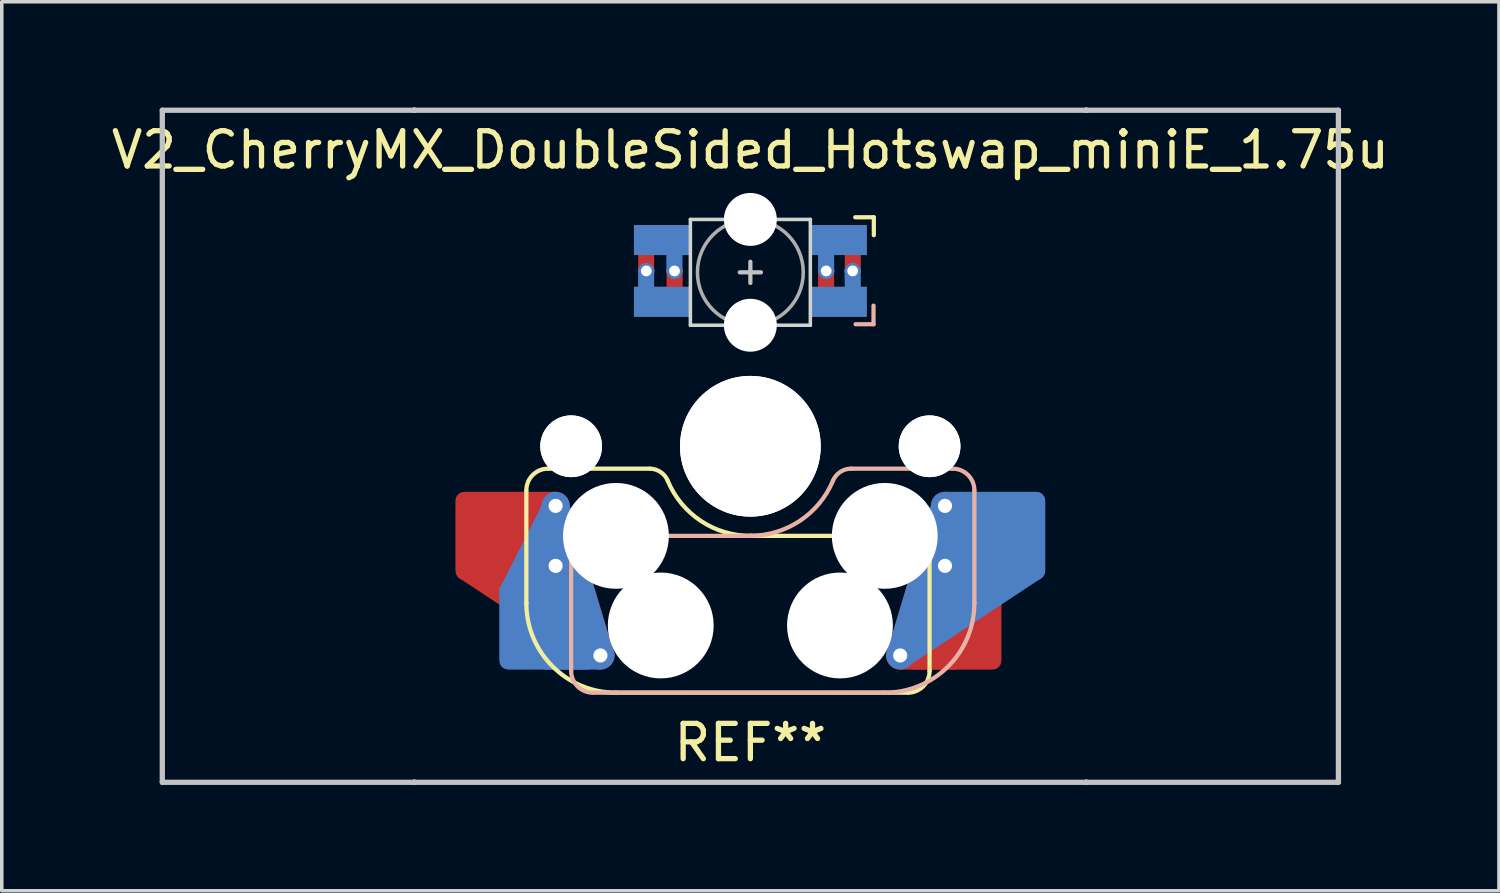
<source format=kicad_pcb>
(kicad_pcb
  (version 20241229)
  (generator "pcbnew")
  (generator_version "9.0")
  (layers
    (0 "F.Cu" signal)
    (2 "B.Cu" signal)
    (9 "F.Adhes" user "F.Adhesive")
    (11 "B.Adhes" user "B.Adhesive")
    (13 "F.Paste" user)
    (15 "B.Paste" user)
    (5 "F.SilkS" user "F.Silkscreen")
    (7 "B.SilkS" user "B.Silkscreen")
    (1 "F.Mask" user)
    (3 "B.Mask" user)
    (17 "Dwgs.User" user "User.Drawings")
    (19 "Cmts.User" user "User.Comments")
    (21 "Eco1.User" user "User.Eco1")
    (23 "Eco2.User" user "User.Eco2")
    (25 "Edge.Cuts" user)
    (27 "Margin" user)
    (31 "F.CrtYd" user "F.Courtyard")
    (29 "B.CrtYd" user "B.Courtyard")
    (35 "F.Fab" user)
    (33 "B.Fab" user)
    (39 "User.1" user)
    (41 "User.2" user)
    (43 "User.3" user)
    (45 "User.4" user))
  (footprint "V2_CherryMX_DoubleSided_Hotswap_miniE_1.75u"
    (layer "F.Cu")
    (at 18.22 9.6)
    (property "Reference" "V2_CherryMX_DoubleSided_Hotswap_miniE_1.75u" (at 0 -8.4 180) (layer "F.SilkS") (effects (font (size 1 1) (thickness 0.15))))
    (attr through_hole)
    (fp_poly (pts (xy -5.81 1.29) (xy -5.52 1.29) (xy -5.12 1.69) (xy -3.9 5.74) (xy -4.57 6.17) (xy -8.25 3.74)) (stroke (width 0) (type solid)) (fill yes) (layer "F.Cu"))
    (fp_poly (pts (xy 3.937 6) (xy 4.247 6.33) (xy 5.839 6.33) (xy 7.037 3.9) (xy 5.917 1.69) (xy 5.117 1.69) (xy 3.847 5.93) (xy 3.947 6.01)) (stroke (width 0) (type solid)) (fill yes) (layer "F.Cu"))
    (fp_poly (pts (xy -3.25 -6.22) (xy -1.75 -6.22) (xy -1.75 -5.47) (xy -3.25 -5.47)) (stroke (width 0.1) (type solid)) (fill yes) (layer "F.Mask"))
    (fp_poly (pts (xy -3.25 -4.47) (xy -1.75 -4.47) (xy -1.75 -3.72) (xy -3.25 -3.72)) (stroke (width 0.1) (type solid)) (fill yes) (layer "F.Mask"))
    (fp_poly (pts (xy 1.75 -4.47) (xy 3.25 -4.47) (xy 3.25 -3.72) (xy 1.75 -3.72)) (stroke (width 0.1) (type solid)) (fill yes) (layer "F.Mask"))
    (fp_poly (pts (xy 1.75 -6.22) (xy 2.85 -6.22) (xy 3.25 -5.82) (xy 3.25 -5.47) (xy 1.75 -5.47)) (stroke (width 0.1) (type solid)) (fill yes) (layer "F.Mask"))
    (fp_poly (pts (xy 5.807 1.29) (xy 5.517 1.29) (xy 5.117 1.69) (xy 3.897 5.74) (xy 4.567 6.17) (xy 8.247 3.74)) (stroke (width 0) (type solid)) (fill yes) (layer "B.Cu"))
    (fp_poly (pts (xy -3.94 6) (xy -4.25 6.33) (xy -5.842 6.33) (xy -7.04 3.9) (xy -5.92 1.69) (xy -5.12 1.69) (xy -3.85 5.93) (xy -3.95 6.01)) (stroke (width 0) (type solid)) (fill yes) (layer "B.Cu"))
    (fp_poly (pts (xy -3.25 -6.22) (xy -1.75 -6.22) (xy -1.75 -5.47) (xy -3.25 -5.47)) (stroke (width 0.1) (type solid)) (fill yes) (layer "B.Mask"))
    (fp_poly (pts (xy -3.25 -4.47) (xy -1.75 -4.47) (xy -1.75 -3.72) (xy -3.25 -3.72)) (stroke (width 0.1) (type solid)) (fill yes) (layer "B.Mask"))
    (fp_poly (pts (xy 1.75 -6.22) (xy 3.25 -6.22) (xy 3.25 -5.47) (xy 1.75 -5.47)) (stroke (width 0.1) (type solid)) (fill yes) (layer "B.Mask"))
    (fp_poly (pts (xy 1.75 -4.47) (xy 3.25 -4.47) (xy 3.25 -4.145) (xy 2.85 -3.72) (xy 1.75 -3.72)) (stroke (width 0.1) (type solid)) (fill yes) (layer "B.Mask"))
    (fp_line (start -6.35 4.445) (end -6.35 1.26) (stroke (width 0.12) (type solid)) (layer "F.SilkS"))
    (fp_line (start -6.35 4.445) (end -6.35 4.445) (stroke (width 0.12) (type solid)) (layer "F.SilkS"))
    (fp_line (start -5.73 0.635) (end -2.84 0.635) (stroke (width 0.12) (type solid)) (layer "F.SilkS"))
    (fp_line (start -3.81 6.985) (end -3.81 6.985) (stroke (width 0.12) (type solid)) (layer "F.SilkS"))
    (fp_line (start -3.81 6.985) (end 4.46 6.985) (stroke (width 0.12) (type solid)) (layer "F.SilkS"))
    (fp_line (start 0 2.54) (end 0 2.54) (stroke (width 0.12) (type solid)) (layer "F.SilkS"))
    (fp_line (start 0 2.54) (end 5.08 2.54) (stroke (width 0.12) (type solid)) (layer "F.SilkS"))
    (fp_line (start 3.5 -6.491) (end 2.972 -6.491) (stroke (width 0.12) (type solid)) (layer "F.SilkS"))
    (fp_line (start 3.5 -5.983) (end 3.5 -6.491) (stroke (width 0.12) (type solid)) (layer "F.SilkS"))
    (fp_line (start 5.08 2.54) (end 5.08 2.54) (stroke (width 0.12) (type solid)) (layer "F.SilkS"))
    (fp_line (start 5.08 2.54) (end 5.08 2.54) (stroke (width 0.12) (type solid)) (layer "F.SilkS"))
    (fp_line (start 5.08 6.37) (end 5.08 2.54) (stroke (width 0.12) (type solid)) (layer "F.SilkS"))
    (fp_arc (start -6.35 1.25) (mid -6.169871 0.815129) (end -5.735 0.635) (stroke (width 0.12) (type default)) (layer "F.SilkS"))
    (fp_arc (start -3.81 6.985) (mid -5.606051 6.241051) (end -6.35 4.445) (stroke (width 0.12) (type solid)) (layer "F.SilkS"))
    (fp_arc (start -2.840072 0.635) (mid -2.539136 0.734321) (end -2.34 0.980845) (stroke (width 0.12) (type default)) (layer "F.SilkS"))
    (fp_arc (start 0 2.54) (mid -1.405309 2.1152) (end -2.34 0.983072) (stroke (width 0.12) (type solid)) (layer "F.SilkS"))
    (fp_arc (start 5.080129 6.37) (mid 4.900001 6.804881) (end 4.465129 6.985) (stroke (width 0.12) (type default)) (layer "F.SilkS"))
    (fp_line (start -5.08 2.54) (end -5.08 2.54) (stroke (width 0.12) (type solid)) (layer "B.SilkS"))
    (fp_line (start -5.08 2.54) (end -5.08 2.54) (stroke (width 0.12) (type solid)) (layer "B.SilkS"))
    (fp_line (start -5.08 6.36) (end -5.08 2.54) (stroke (width 0.12) (type solid)) (layer "B.SilkS"))
    (fp_line (start -4.46 6.985) (end 3.81 6.985) (stroke (width 0.12) (type solid)) (layer "B.SilkS"))
    (fp_line (start 0 2.54) (end -5.08 2.54) (stroke (width 0.12) (type solid)) (layer "B.SilkS"))
    (fp_line (start 0 2.54) (end 0 2.54) (stroke (width 0.12) (type solid)) (layer "B.SilkS"))
    (fp_line (start 2.86 0.635) (end 5.72 0.635) (stroke (width 0.12) (type solid)) (layer "B.SilkS"))
    (fp_line (start 2.983 -3.459) (end 3.491 -3.459) (stroke (width 0.12) (type solid)) (layer "B.SilkS"))
    (fp_line (start 3.491 -3.459) (end 3.491 -3.987) (stroke (width 0.12) (type solid)) (layer "B.SilkS"))
    (fp_line (start 3.81 6.985) (end 3.81 6.985) (stroke (width 0.12) (type solid)) (layer "B.SilkS"))
    (fp_line (start 6.35 1.25) (end 6.35 4.445) (stroke (width 0.12) (type solid)) (layer "B.SilkS"))
    (fp_line (start 6.35 4.445) (end 6.35 4.445) (stroke (width 0.12) (type solid)) (layer "B.SilkS"))
    (fp_arc (start -4.465 6.985) (mid -4.899871 6.804871) (end -5.08 6.37) (stroke (width 0.12) (type default)) (layer "B.SilkS"))
    (fp_arc (start 2.34 0.98) (mid 1.405313 2.11213) (end 0 2.536928) (stroke (width 0.12) (type solid)) (layer "B.SilkS"))
    (fp_arc (start 2.34 0.98) (mid 2.547383 0.727891) (end 2.859999 0.633863) (stroke (width 0.12) (type default)) (layer "B.SilkS"))
    (fp_arc (start 5.735129 0.635) (mid 6.169981 0.81514) (end 6.350129 1.25) (stroke (width 0.12) (type default)) (layer "B.SilkS"))
    (fp_arc (start 6.35 4.445) (mid 5.606051 6.241051) (end 3.81 6.985) (stroke (width 0.12) (type solid)) (layer "B.SilkS"))
    (fp_line (start -16.669 -9.525) (end 16.669 -9.525) (stroke (width 0.15) (type solid)) (layer "Dwgs.User"))
    (fp_line (start -16.669 9.525) (end -16.669 -9.525) (stroke (width 0.15) (type solid)) (layer "Dwgs.User"))
    (fp_line (start -9.525 -9.525) (end -9.525 -9.525) (stroke (width 0.15) (type solid)) (layer "Dwgs.User"))
    (fp_line (start -9.525 -9.525) (end -9.525 -9.525) (stroke (width 0.15) (type solid)) (layer "Dwgs.User"))
    (fp_line (start -9.525 -9.525) (end -9.525 -9.525) (stroke (width 0.15) (type solid)) (layer "Dwgs.User"))
    (fp_line (start -9.525 -9.525) (end -9.525 -9.525) (stroke (width 0.15) (type solid)) (layer "Dwgs.User"))
    (fp_line (start -9.525 9.525) (end -9.525 9.525) (stroke (width 0.15) (type solid)) (layer "Dwgs.User"))
    (fp_line (start -9.525 9.525) (end -9.525 9.525) (stroke (width 0.15) (type solid)) (layer "Dwgs.User"))
    (fp_line (start -9.525 9.525) (end -9.525 9.525) (stroke (width 0.15) (type solid)) (layer "Dwgs.User"))
    (fp_line (start -9.525 9.525) (end -9.525 9.525) (stroke (width 0.15) (type solid)) (layer "Dwgs.User"))
    (fp_line (start -0.3 -4.93) (end 0.3 -4.93) (stroke (width 0.12) (type solid)) (layer "Dwgs.User"))
    (fp_line (start 0 -4.63) (end 0 -5.23) (stroke (width 0.12) (type solid)) (layer "Dwgs.User"))
    (fp_line (start 9.525 -9.525) (end 9.525 -9.525) (stroke (width 0.15) (type solid)) (layer "Dwgs.User"))
    (fp_line (start 9.525 -9.525) (end 9.525 -9.525) (stroke (width 0.15) (type solid)) (layer "Dwgs.User"))
    (fp_line (start 9.525 -9.525) (end 9.525 -9.525) (stroke (width 0.15) (type solid)) (layer "Dwgs.User"))
    (fp_line (start 9.525 -9.525) (end 9.525 -9.525) (stroke (width 0.15) (type solid)) (layer "Dwgs.User"))
    (fp_line (start 9.525 9.525) (end 9.525 9.525) (stroke (width 0.15) (type solid)) (layer "Dwgs.User"))
    (fp_line (start 9.525 9.525) (end 9.525 9.525) (stroke (width 0.15) (type solid)) (layer "Dwgs.User"))
    (fp_line (start 9.525 9.525) (end 9.525 9.525) (stroke (width 0.15) (type solid)) (layer "Dwgs.User"))
    (fp_line (start 9.525 9.525) (end 9.525 9.525) (stroke (width 0.15) (type solid)) (layer "Dwgs.User"))
    (fp_line (start 16.669 -9.525) (end 16.669 9.525) (stroke (width 0.15) (type solid)) (layer "Dwgs.User"))
    (fp_line (start 16.669 9.525) (end -16.669 9.525) (stroke (width 0.15) (type solid)) (layer "Dwgs.User"))
    (fp_line (start -1.7 -6.43) (end -1.7 -3.43) (stroke (width 0.1) (type solid)) (layer "Edge.Cuts"))
    (fp_line (start 1.7 -6.43) (end -1.7 -6.43) (stroke (width 0.1) (type solid)) (layer "Edge.Cuts"))
    (fp_line (start 1.7 -3.43) (end -1.7 -3.43) (stroke (width 0.1) (type solid)) (layer "Edge.Cuts"))
    (fp_line (start 1.7 -3.43) (end 1.7 -6.43) (stroke (width 0.1) (type solid)) (layer "Edge.Cuts"))
    (fp_circle (center 0 -4.93) (end 0 -6.43) (stroke (width 0.1) (type solid)) (fill no) (layer "F.Fab"))
    (fp_line (start -9.525 9.525) (end -9.525 -9.525) (stroke (width 0.15) (type solid)) (layer "User.2"))
    (fp_line (start 9.525 -9.525) (end -9.525 -9.525) (stroke (width 0.15) (type solid)) (layer "User.2"))
    (fp_line (start 9.525 9.525) (end -9.525 9.525) (stroke (width 0.15) (type solid)) (layer "User.2"))
    (fp_line (start 9.525 9.525) (end 9.525 -9.525) (stroke (width 0.15) (type solid)) (layer "User.2"))
    (fp_text user "REF**" (at 0 8.4 0) (layer "F.SilkS") (effects (font (size 1 1) (thickness 0.15))))
    (pad "" np_thru_hole circle (at -5.08 0 180) (size 1.75 1.75) (drill 1.75) (layers "*.Cu" "*.Mask"))
    (pad "" np_thru_hole circle (at -5.08 0 180) (size 1.75 1.75) (drill 1.75) (layers "*.Cu" "*.Mask"))
    (pad "" np_thru_hole circle (at -3.81 2.54 180) (size 3 3) (drill 3) (layers "*.Cu" "*.Mask"))
    (pad "" np_thru_hole circle (at -2.54 5.08 180) (size 3 3) (drill 3) (layers "*.Cu" "*.Mask"))
    (pad "" np_thru_hole circle (at 0 -6.43 180) (size 1.5 1.5) (drill 1.5) (layers "*.Cu" "*.Mask"))
    (pad "" np_thru_hole circle (at 0 -3.43 180) (size 1.5 1.5) (drill 1.5) (layers "*.Cu" "*.Mask"))
    (pad "" np_thru_hole circle (at 0 0 180) (size 3.988 3.988) (drill 3.988) (layers "*.Cu" "*.Mask"))
    (pad "" np_thru_hole circle (at 0 0 180) (size 3.988 3.988) (drill 3.988) (layers "*.Cu" "*.Mask"))
    (pad "" np_thru_hole circle (at 2.54 5.08 180) (size 3 3) (drill 3) (layers "*.Cu" "*.Mask"))
    (pad "" np_thru_hole circle (at 3.81 2.54 180) (size 3 3) (drill 3) (layers "*.Cu" "*.Mask"))
    (pad "" np_thru_hole circle (at 5.08 0 180) (size 1.75 1.75) (drill 1.75) (layers "*.Cu" "*.Mask"))
    (pad "" np_thru_hole circle (at 5.08 0 180) (size 1.75 1.75) (drill 1.75) (layers "*.Cu" "*.Mask"))
    (pad "1" smd custom (at -2.5 -5.845) (size 1.6 0.85) (layers "B.Cu") (options (anchor rect)) (primitives (gr_poly (pts (xy 0.525 0.896) (xy 0.169 0.896) (xy 0.169 0.325) (xy 0.525 0.325)) (width 0.1) (fill yes))))
    (pad "1" smd custom (at -2.5 -4.095) (size 1.6 0.85) (layers "F.Cu") (options (anchor rect)) (primitives (gr_poly (pts (xy 0.531 -0.275) (xy 0.175 -0.275) (xy 0.175 -0.898) (xy 0.531 -0.898)) (width 0.1) (fill yes))))
    (pad "1" thru_hole circle (at -2.15 -4.97 180) (size 0.457 0.457) (drill 0.305) (layers "*.Cu"))
    (pad "2" thru_hole circle (at -2.95 -4.97 180) (size 0.457 0.457) (drill 0.305) (layers "*.Cu"))
    (pad "2" smd custom (at -2.5 -5.845 180) (size 1.6 0.85) (layers "F.Cu") (options (anchor rect)) (primitives (gr_poly (pts (xy 0.632 -0.296) (xy 0.277 -0.296) (xy 0.277 -0.869) (xy 0.632 -0.869)) (width 0.1) (fill yes))))
    (pad "2" smd custom (at -2.5 -4.095 180) (size 1.6 0.85) (layers "B.Cu") (options (anchor rect)) (primitives (gr_poly (pts (xy 0.632 0.888) (xy 0.277 0.888) (xy 0.277 0.325) (xy 0.632 0.325)) (width 0.1) (fill yes))))
    (pad "3" smd custom (at 2.5 -5.845 180) (size 1.6 0.85) (layers "F.Cu") (options (anchor rect)) (primitives (gr_poly (pts (xy -0.226 -0.354) (xy -0.582 -0.354) (xy -0.582 -0.887) (xy -0.226 -0.887)) (width 0.1) (fill yes))))
    (pad "3" smd custom (at 2.5 -4.095 180) (size 1.6 0.85) (layers "B.Cu") (options (anchor rect)) (primitives (gr_poly (pts (xy -0.222 0.888) (xy -0.578 0.888) (xy -0.582 0.325) (xy -0.226 0.325)) (width 0.1) (fill yes))))
    (pad "3" thru_hole circle (at 2.9 -4.97 180) (size 0.457 0.457) (drill 0.305) (layers "*.Cu"))
    (pad "4" thru_hole circle (at 2.15 -4.97 180) (size 0.457 0.457) (drill 0.305) (layers "*.Cu"))
    (pad "4" smd custom (at 2.5 -5.845) (size 1.6 0.85) (layers "B.Cu") (options (anchor rect)) (primitives (gr_poly (pts (xy -0.175 0.886) (xy -0.531 0.886) (xy -0.531 0.175) (xy -0.175 0.175)) (width 0.1) (fill yes))))
    (pad "4" smd custom (at 2.5 -4.095) (size 1.6 0.85) (layers "F.Cu") (options (anchor rect)) (primitives (gr_poly (pts (xy -0.175 -0.175) (xy -0.531 -0.178) (xy -0.531 -0.903) (xy -0.175 -0.906)) (width 0.1) (fill yes))))
    (pad "5" thru_hole circle (at 4.247 5.93 180) (size 0.8 0.8) (drill 0.4) (layers "*.Cu"))
    (pad "5" thru_hole circle (at 5.517 1.69 180) (size 0.8 0.8) (drill 0.4) (layers "*.Cu"))
    (pad "5" thru_hole circle (at 5.517 3.39 180) (size 0.8 0.8) (drill 0.4) (layers "*.Cu"))
    (pad "5" smd roundrect (at 5.842 5.08 180) (size 2.55 2.5) (layers "F.Cu" "F.Mask" "F.Paste") (roundrect_rratio 0.1) (chamfer_ratio 0) (chamfer top_right bottom_right))
    (pad "5" smd roundrect (at 7.085 2.54 180) (size 2.55 2.5) (layers "B.Cu" "B.Mask" "B.Paste") (roundrect_rratio 0.1) (chamfer_ratio 0) (chamfer top_right bottom_right))
    (pad "6" smd roundrect (at -7.085 2.54 180) (size 2.55 2.5) (layers "F.Cu" "F.Mask" "F.Paste") (roundrect_rratio 0.1) (chamfer_ratio 0) (chamfer top_left bottom_left))
    (pad "6" smd roundrect (at -5.842 5.08 180) (size 2.55 2.5) (layers "B.Cu" "B.Mask" "B.Paste") (roundrect_rratio 0.1) (chamfer_ratio 0) (chamfer top_left bottom_left))
    (pad "6" thru_hole circle (at -5.52 1.69 180) (size 0.8 0.8) (drill 0.4) (layers "*.Cu"))
    (pad "6" thru_hole circle (at -5.52 3.39 180) (size 0.8 0.8) (drill 0.4) (layers "*.Cu"))
    (pad "6" thru_hole circle (at -4.25 5.93 180) (size 0.8 0.8) (drill 0.4) (layers "*.Cu")))
  (gr_rect
    (start -3 -3)
    (end 39.44 22.2)
    (stroke (width 0.1) (type default))
    (fill no)
    (layer "Edge.Cuts")))
</source>
